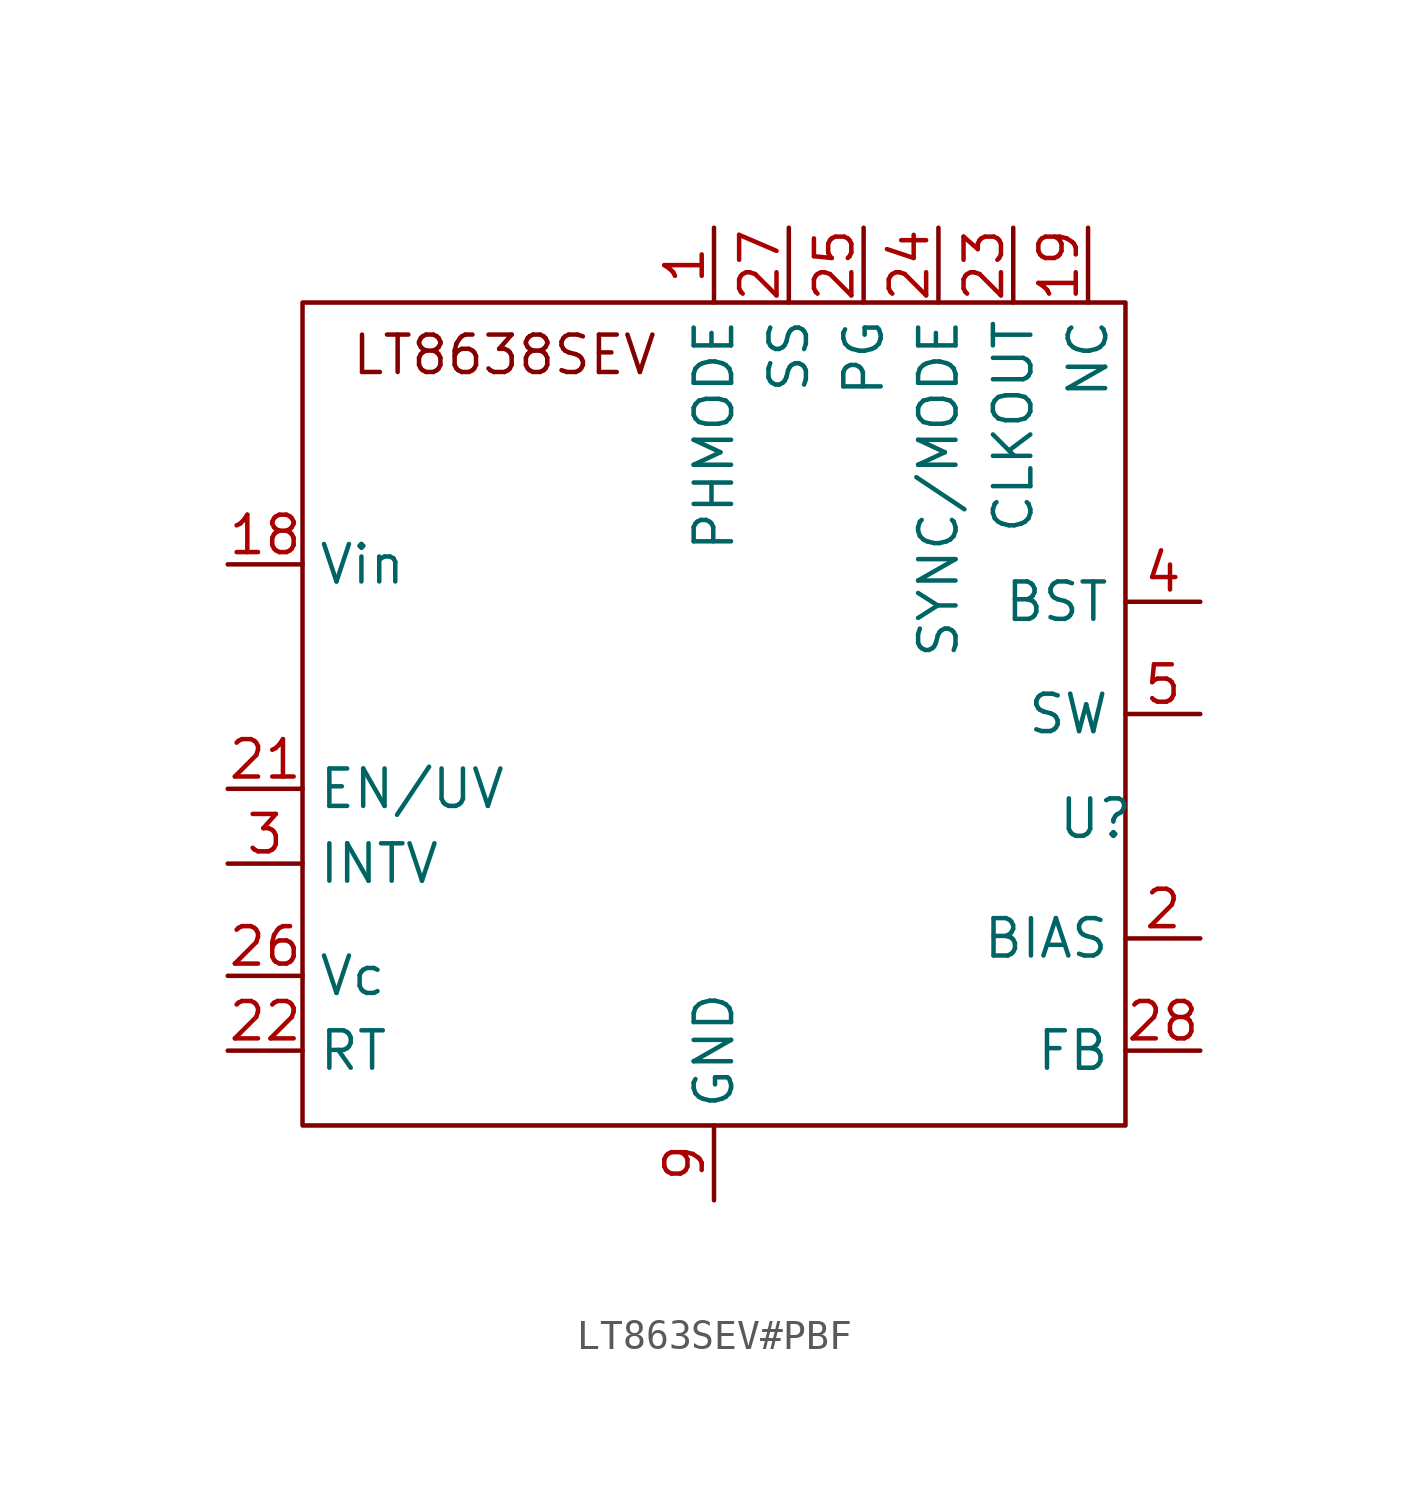
<source format=kicad_sym>
(kicad_symbol_lib
  (version 20241209)
  (generator "kicad_symbol_editor")
  (generator_version "9.0")
  (symbol "LT863SEV#PBF"
    (property "Reference" "U"
      (at 12.954 -2.286 0)
      (effects (font (size 1.27 1.27))))
    (property "Value" ""
      (at 0 0 0)
      (effects (font (size 1.27 1.27))))
    (symbol "LT863SEV#PBF_0_1"
      (rectangle (start -13.97 15.24) (end 13.97 -12.7) (stroke (width 0) (type default)) (fill (type none))))
    (symbol "LT863SEV#PBF_1_1"
      (text "LT8638SEV\n" (at -7.112 13.462 0) (effects (font (size 1.27 1.27))))
      (pin power_in line (at -16.51 6.35 0) (length 2.54) (name "Vin" (effects (font (size 1.27 1.27)))) (number "18" (effects (font (size 1.27 1.27)))))
      (pin input line (at -16.51 -1.27 0) (length 2.54) (name "EN/UV" (effects (font (size 1.27 1.27)))) (number "21" (effects (font (size 1.27 1.27)))))
      (pin input line (at -16.51 -3.81 0) (length 2.54) (name "INTV" (effects (font (size 1.27 1.27)))) (number "3" (effects (font (size 1.27 1.27)))))
      (pin input line (at -16.51 -7.62 0) (length 2.54) (name "Vc" (effects (font (size 1.27 1.27)))) (number "26" (effects (font (size 1.27 1.27)))))
      (pin passive line (at -16.51 -10.16 0) (length 2.54) (name "RT" (effects (font (size 1.27 1.27)))) (number "22" (effects (font (size 1.27 1.27)))))
      (pin passive line (at 0 17.78 270) (length 2.54) (name "PHMODE" (effects (font (size 1.27 1.27)))) (number "1" (effects (font (size 1.27 1.27)))))
      (pin power_in line (at 0 -15.24 90) (length 2.54) (name "GND" (effects (font (size 1.27 1.27)))) (number "9" (effects (font (size 1.27 1.27)))))
      (pin passive line (at 2.54 17.78 270) (length 2.54) (name "SS" (effects (font (size 1.27 1.27)))) (number "27" (effects (font (size 1.27 1.27)))))
      (pin passive line (at 5.08 17.78 270) (length 2.54) (name "PG" (effects (font (size 1.27 1.27)))) (number "25" (effects (font (size 1.27 1.27)))))
      (pin passive line (at 7.62 17.78 270) (length 2.54) (name "SYNC/MODE" (effects (font (size 1.27 1.27)))) (number "24" (effects (font (size 1.27 1.27)))))
      (pin passive line (at 10.16 17.78 270) (length 2.54) (name "CLKOUT" (effects (font (size 1.27 1.27)))) (number "23" (effects (font (size 1.27 1.27)))))
      (pin passive line (at 12.7 17.78 270) (length 2.54) (name "NC" (effects (font (size 1.27 1.27)))) (number "19" (effects (font (size 1.27 1.27)))))
      (pin power_out line (at 16.51 5.08 180) (length 2.54) (name "BST" (effects (font (size 1.27 1.27)))) (number "4" (effects (font (size 1.27 1.27)))))
      (pin power_out line (at 16.51 1.27 180) (length 2.54) (name "SW" (effects (font (size 1.27 1.27)))) (number "5" (effects (font (size 1.27 1.27)))))
      (pin power_out line (at 16.51 -6.35 180) (length 2.54) (name "BIAS" (effects (font (size 1.27 1.27)))) (number "2" (effects (font (size 1.27 1.27)))))
      (pin power_out line (at 16.51 -10.16 180) (length 2.54) (name "FB" (effects (font (size 1.27 1.27)))) (number "28" (effects (font (size 1.27 1.27))))))))
</source>
